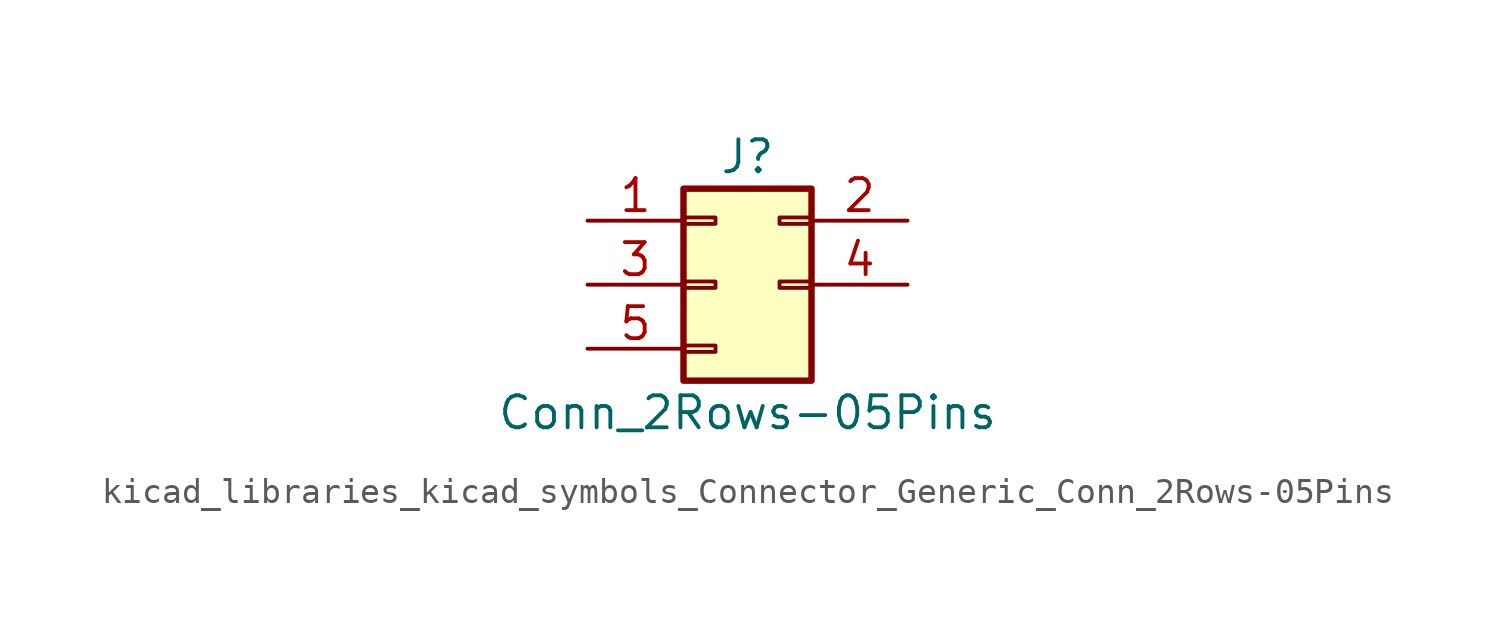
<source format=kicad_sym>
(kicad_symbol_lib
  (version 20220914)
  (generator kicad_symbol_editor)
  (symbol "kicad_libraries_kicad_symbols_Connector_Generic_Conn_2Rows-05Pins"
    (pin_names
      (offset 1.016) hide)
    (property "Reference" "J"
      (at 1.27 5.08 0)
      (effects (font (size 1.27 1.27))))
    (property "Value" "Conn_2Rows-05Pins"
      (at 1.27 -5.08 0)
      (effects (font (size 1.27 1.27))))
    (symbol "kicad_libraries_kicad_symbols_Connector_Generic_Conn_2Rows-05Pins_1_1"
      (rectangle (start -1.27 -2.413) (end 0 -2.667) (stroke (width 0.152) (type default)) (fill (type none)))
      (rectangle (start -1.27 0.127) (end 0 -0.127) (stroke (width 0.152) (type default)) (fill (type none)))
      (rectangle (start -1.27 2.667) (end 0 2.413) (stroke (width 0.152) (type default)) (fill (type none)))
      (rectangle (start -1.27 3.81) (end 3.81 -3.81) (stroke (width 0.254) (type default)) (fill (type background)))
      (rectangle (start 3.81 0.127) (end 2.54 -0.127) (stroke (width 0.152) (type default)) (fill (type none)))
      (rectangle (start 3.81 2.667) (end 2.54 2.413) (stroke (width 0.152) (type default)) (fill (type none)))
      (pin passive line (at -5.08 2.54 0) (length 3.81) (name "Pin_1" (effects (font (size 1.27 1.27)))) (number "1" (effects (font (size 1.27 1.27)))))
      (pin passive line (at 7.62 2.54 180) (length 3.81) (name "Pin_2" (effects (font (size 1.27 1.27)))) (number "2" (effects (font (size 1.27 1.27)))))
      (pin passive line (at -5.08 0 0) (length 3.81) (name "Pin_3" (effects (font (size 1.27 1.27)))) (number "3" (effects (font (size 1.27 1.27)))))
      (pin passive line (at 7.62 0 180) (length 3.81) (name "Pin_4" (effects (font (size 1.27 1.27)))) (number "4" (effects (font (size 1.27 1.27)))))
      (pin passive line (at -5.08 -2.54 0) (length 3.81) (name "Pin_5" (effects (font (size 1.27 1.27)))) (number "5" (effects (font (size 1.27 1.27))))))))
</source>
